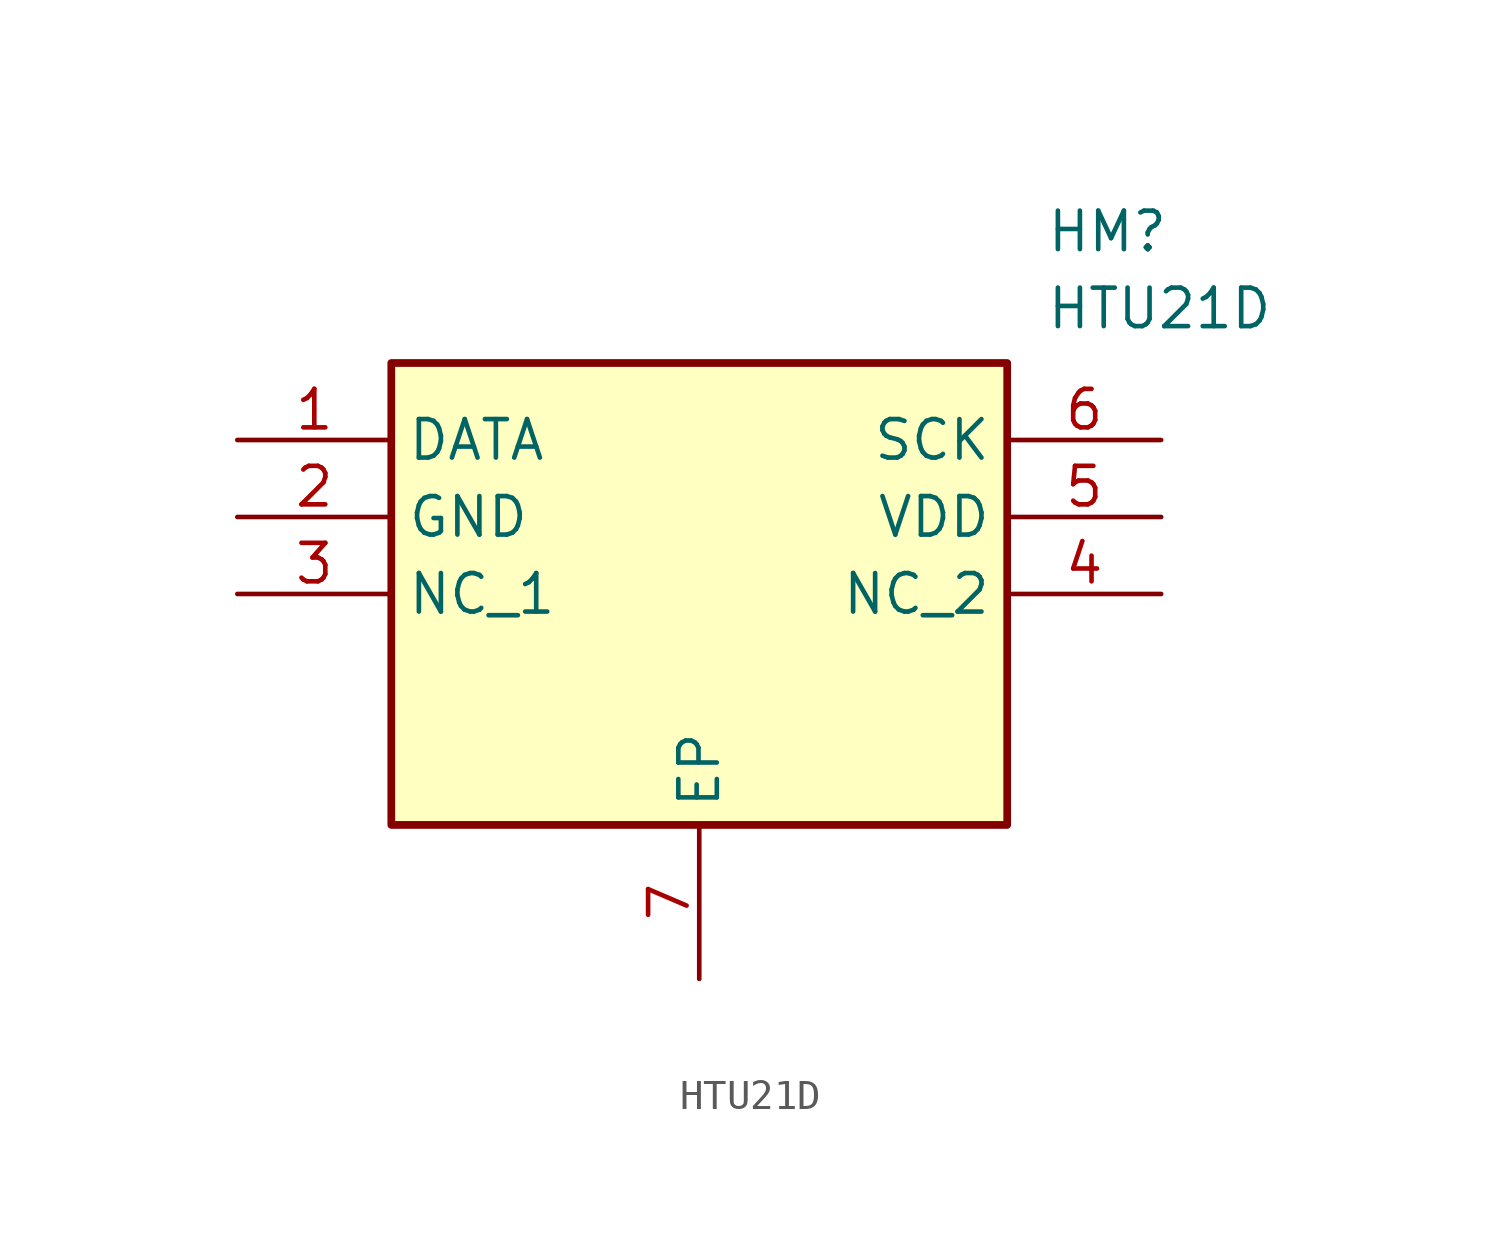
<source format=kicad_sym>
(kicad_symbol_lib
  (version 20211014)
  (generator SamacSys_ECAD_Model)
  (symbol "HTU21D"
    (property "Reference" "HM"
      (at 26.67 7.62 0)
      (effects (font (size 1.27 1.27)) (justify left top)))
    (property "Value" "HTU21D"
      (at 26.67 5.08 0)
      (effects (font (size 1.27 1.27)) (justify left top)))
    (rectangle
      (start 5.08 2.54)
      (end 25.4 -12.7)
      (stroke (width 0.254) (type default))
      (fill (type background)))
    (pin passive line
      (at 0 0 0)
      (length 5.08)
      (name "DATA" (effects (font (size 1.27 1.27))))
      (number "1" (effects (font (size 1.27 1.27)))))
    (pin passive line
      (at 0 -2.54 0)
      (length 5.08)
      (name "GND" (effects (font (size 1.27 1.27))))
      (number "2" (effects (font (size 1.27 1.27)))))
    (pin passive line
      (at 0 -5.08 0)
      (length 5.08)
      (name "NC_1" (effects (font (size 1.27 1.27))))
      (number "3" (effects (font (size 1.27 1.27)))))
    (pin passive line
      (at 15.24 -17.78 90)
      (length 5.08)
      (name "EP" (effects (font (size 1.27 1.27))))
      (number "7" (effects (font (size 1.27 1.27)))))
    (pin passive line
      (at 30.48 0 180)
      (length 5.08)
      (name "SCK" (effects (font (size 1.27 1.27))))
      (number "6" (effects (font (size 1.27 1.27)))))
    (pin passive line
      (at 30.48 -2.54 180)
      (length 5.08)
      (name "VDD" (effects (font (size 1.27 1.27))))
      (number "5" (effects (font (size 1.27 1.27)))))
    (pin passive line
      (at 30.48 -5.08 180)
      (length 5.08)
      (name "NC_2" (effects (font (size 1.27 1.27))))
      (number "4" (effects (font (size 1.27 1.27)))))))
</source>
